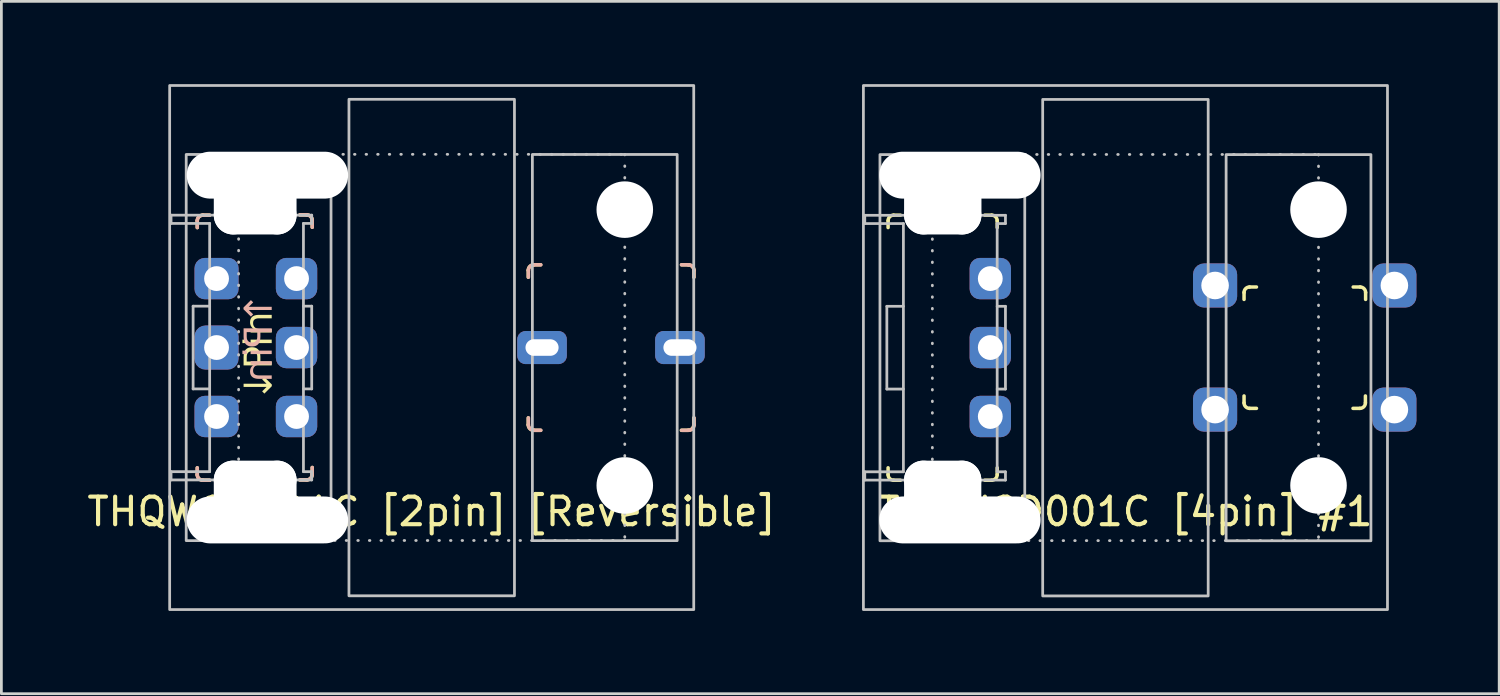
<source format=kicad_pcb>
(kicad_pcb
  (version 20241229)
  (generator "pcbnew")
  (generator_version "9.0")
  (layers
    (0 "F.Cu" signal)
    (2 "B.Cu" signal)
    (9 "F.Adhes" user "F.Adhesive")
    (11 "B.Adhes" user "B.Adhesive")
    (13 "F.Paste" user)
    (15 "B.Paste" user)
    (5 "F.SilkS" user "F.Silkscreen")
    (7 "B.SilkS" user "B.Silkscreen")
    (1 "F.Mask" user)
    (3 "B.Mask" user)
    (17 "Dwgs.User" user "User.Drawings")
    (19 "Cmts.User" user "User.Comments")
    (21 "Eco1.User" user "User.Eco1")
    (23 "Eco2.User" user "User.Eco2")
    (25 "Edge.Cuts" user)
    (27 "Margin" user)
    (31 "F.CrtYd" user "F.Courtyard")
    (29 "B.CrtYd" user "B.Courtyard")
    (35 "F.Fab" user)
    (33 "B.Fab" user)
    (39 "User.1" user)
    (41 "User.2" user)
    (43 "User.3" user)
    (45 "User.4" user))
  (footprint "THQWGD001C [4pin] #1"
    (layer "F.Cu")
    (at 37.752 9.55)
    (property "Reference" "THQWGD001C [4pin] #1" (at 0 5.95 0) (unlocked yes) (layer "F.SilkS") (effects (font (size 1 1) (thickness 0.15))))
    (attr through_hole)
    (fp_line (start -8.605 -4.6) (end -8.605 -4.35) (stroke (width 0.127) (type solid)) (layer "F.SilkS"))
    (fp_line (start -8.605 4.61) (end -8.605 4.36) (stroke (width 0.127) (type solid)) (layer "F.SilkS"))
    (fp_line (start -8.405 -4.8) (end -8.155 -4.8) (stroke (width 0.127) (type solid)) (layer "F.SilkS"))
    (fp_line (start -8.405 4.81) (end -8.155 4.81) (stroke (width 0.127) (type solid)) (layer "F.SilkS"))
    (fp_line (start -4.85 -4.8) (end -5.1 -4.8) (stroke (width 0.127) (type solid)) (layer "F.SilkS"))
    (fp_line (start -4.85 4.81) (end -5.1 4.81) (stroke (width 0.127) (type solid)) (layer "F.SilkS"))
    (fp_line (start -4.65 -4.6) (end -4.65 -4.35) (stroke (width 0.127) (type solid)) (layer "F.SilkS"))
    (fp_line (start -4.65 4.61) (end -4.65 4.36) (stroke (width 0.127) (type solid)) (layer "F.SilkS"))
    (fp_line (start 4.3 -1.995) (end 4.3 -1.745) (stroke (width 0.127) (type solid)) (layer "F.SilkS"))
    (fp_line (start 4.3 2.005) (end 4.3 1.755) (stroke (width 0.127) (type solid)) (layer "F.SilkS"))
    (fp_line (start 4.5 -2.195) (end 4.75 -2.195) (stroke (width 0.127) (type solid)) (layer "F.SilkS"))
    (fp_line (start 4.5 2.205) (end 4.75 2.205) (stroke (width 0.127) (type solid)) (layer "F.SilkS"))
    (fp_line (start 8.5 2.205) (end 8.25 2.205) (stroke (width 0.127) (type solid)) (layer "F.SilkS"))
    (fp_line (start 8.507 -2.195) (end 8.257 -2.195) (stroke (width 0.127) (type solid)) (layer "F.SilkS"))
    (fp_line (start 8.7 2.005) (end 8.7 1.755) (stroke (width 0.127) (type solid)) (layer "F.SilkS"))
    (fp_line (start 8.707 -1.995) (end 8.707 -1.745) (stroke (width 0.127) (type solid)) (layer "F.SilkS"))
    (fp_arc (start -8.605 -4.6) (mid -8.546421 -4.741421) (end -8.405 -4.8) (stroke (width 0.127) (type default)) (layer "F.SilkS"))
    (fp_arc (start -8.405 4.81) (mid -8.54642 4.75142) (end -8.605 4.61) (stroke (width 0.127) (type default)) (layer "F.SilkS"))
    (fp_arc (start -4.85 -4.8) (mid -4.70858 -4.74142) (end -4.65 -4.6) (stroke (width 0.127) (type default)) (layer "F.SilkS"))
    (fp_arc (start -4.65 4.61) (mid -4.708579 4.751421) (end -4.85 4.81) (stroke (width 0.127) (type default)) (layer "F.SilkS"))
    (fp_arc (start 4.3 -1.995) (mid 4.358579 -2.136421) (end 4.5 -2.195) (stroke (width 0.127) (type default)) (layer "F.SilkS"))
    (fp_arc (start 4.500001 2.204999) (mid 4.358579 2.146421) (end 4.300001 2.004999) (stroke (width 0.127) (type default)) (layer "F.SilkS"))
    (fp_arc (start 8.506904 -2.195) (mid 8.648323 -2.13642) (end 8.706904 -1.995) (stroke (width 0.127) (type default)) (layer "F.SilkS"))
    (fp_arc (start 8.7 2.005) (mid 8.641421 2.146421) (end 8.5 2.205) (stroke (width 0.127) (type default)) (layer "F.SilkS"))
    (fp_line (start -9.45 -4.495) (end -9.45 -4.795) (stroke (width 0.1) (type default)) (layer "Dwgs.User"))
    (fp_line (start -9.45 -4.495) (end -8.05 -4.495) (stroke (width 0.1) (type default)) (layer "Dwgs.User"))
    (fp_line (start -9.45 4.505) (end -8.05 4.505) (stroke (width 0.1) (type default)) (layer "Dwgs.User"))
    (fp_line (start -9.45 4.805) (end -9.45 4.505) (stroke (width 0.1) (type default)) (layer "Dwgs.User"))
    (fp_line (start -9.45 4.805) (end -4.35 4.805) (stroke (width 0.1) (type default)) (layer "Dwgs.User"))
    (fp_line (start -8.65 1.505) (end -8.65 -1.495) (stroke (width 0.1) (type default)) (layer "Dwgs.User"))
    (fp_line (start -8.05 -1.495) (end -8.65 -1.495) (stroke (width 0.1) (type default)) (layer "Dwgs.User"))
    (fp_line (start -8.05 1.505) (end -8.65 1.505) (stroke (width 0.1) (type default)) (layer "Dwgs.User"))
    (fp_line (start -8.05 4.505) (end -8.05 -4.495) (stroke (width 0.1) (type default)) (layer "Dwgs.User"))
    (fp_line (start -4.65 -1.495) (end -4.35 -1.495) (stroke (width 0.1) (type default)) (layer "Dwgs.User"))
    (fp_line (start -4.65 4.505) (end -4.65 -4.495) (stroke (width 0.1) (type default)) (layer "Dwgs.User"))
    (fp_line (start -4.35 -4.795) (end -9.45 -4.795) (stroke (width 0.1) (type default)) (layer "Dwgs.User"))
    (fp_line (start -4.35 -4.495) (end -4.65 -4.495) (stroke (width 0.1) (type default)) (layer "Dwgs.User"))
    (fp_line (start -4.35 -4.495) (end -4.35 -4.795) (stroke (width 0.1) (type default)) (layer "Dwgs.User"))
    (fp_line (start -4.35 1.505) (end -4.65 1.505) (stroke (width 0.1) (type default)) (layer "Dwgs.User"))
    (fp_line (start -4.35 1.505) (end -4.35 -1.495) (stroke (width 0.1) (type default)) (layer "Dwgs.User"))
    (fp_line (start -4.35 4.505) (end -4.65 4.505) (stroke (width 0.1) (type default)) (layer "Dwgs.User"))
    (fp_line (start -4.35 4.805) (end -4.35 4.505) (stroke (width 0.1) (type default)) (layer "Dwgs.User"))
    (fp_rect (start -9.5 -9.5) (end 9.5 9.5) (stroke (width 0.1) (type default)) (fill no) (layer "Dwgs.User"))
    (fp_rect (start -8.9 -6.995) (end -3.65 7.005) (stroke (width 0.1) (type default)) (fill no) (layer "Dwgs.User"))
    (fp_rect (start -7 -7) (end 7 7) (stroke (width 0.1) (type dot)) (fill no) (layer "Dwgs.User"))
    (fp_rect (start -3 -8.995) (end 3 9.005) (stroke (width 0.1) (type default)) (fill no) (layer "Dwgs.User"))
    (fp_rect (start 3.65 -6.995) (end 8.9 7.005) (stroke (width 0.1) (type default)) (fill no) (layer "Dwgs.User"))
    (pad "" np_thru_hole oval (at -7.325 -5.1 270) (size 2 1.4) (drill oval 2 1.4) (layers "*.Cu" "*.Mask"))
    (pad "" np_thru_hole oval (at -7.325 5.1 270) (size 2 1.4) (drill oval 2 1.4) (layers "*.Cu" "*.Mask"))
    (pad "" np_thru_hole oval (at -6.625 -4.8 180) (size 2.8 1.4) (drill oval 2.8 1.4) (layers "*.Cu" "*.Mask"))
    (pad "" np_thru_hole oval (at -6.625 4.8) (size 2.8 1.4) (drill oval 2.8 1.4) (layers "*.Cu" "*.Mask"))
    (pad "" np_thru_hole oval (at -6 -6.25 270) (size 1.7 5.85) (drill oval 1.7 5.85) (layers "*.Cu" "*.Mask"))
    (pad "" np_thru_hole oval (at -6 6.25 270) (size 1.7 5.85) (drill oval 1.7 5.85) (layers "*.Cu" "*.Mask"))
    (pad "" np_thru_hole oval (at -5.925 5.1 270) (size 2 1.4) (drill oval 2 1.4) (layers "*.Cu" "*.Mask"))
    (pad "" np_thru_hole oval (at -5.92 -5.1 270) (size 2 1.4) (drill oval 2 1.4) (layers "*.Cu" "*.Mask"))
    (pad "" np_thru_hole circle (at 7 -5) (size 2.05 2.05) (drill 2.05) (layers "*.Cu" "*.Mask"))
    (pad "" np_thru_hole circle (at 7 5) (size 2.05 2.05) (drill 2.05) (layers "*.Cu" "*.Mask"))
    (pad "1" thru_hole roundrect (at 3.25 -2.25) (size 1.6 1.6) (drill 1) (layers "*.Cu" "B.Mask") (roundrect_rratio 0.25))
    (pad "1" thru_hole roundrect (at 9.75 -2.25) (size 1.6 1.6) (drill 1) (layers "*.Cu" "B.Mask") (roundrect_rratio 0.25))
    (pad "2" thru_hole roundrect (at 3.25 2.25) (size 1.6 1.6) (drill 1) (layers "*.Cu" "B.Mask") (roundrect_rratio 0.25))
    (pad "2" thru_hole roundrect (at 9.75 2.25) (size 1.6 1.6) (drill 1) (layers "*.Cu" "B.Mask") (roundrect_rratio 0.25))
    (pad "A" thru_hole roundrect (at -4.9 2.5 90) (size 1.5 1.5) (drill 0.9) (layers "*.Cu" "B.Mask") (roundrect_rratio 0.25))
    (pad "B" thru_hole roundrect (at -4.9 0 90) (size 1.5 1.5) (drill 0.9) (layers "*.Cu" "B.Mask") (roundrect_rratio 0.25))
    (pad "C" thru_hole roundrect (at -4.9 -2.5 90) (size 1.5 1.5) (drill 0.9) (layers "*.Cu" "B.Mask") (roundrect_rratio 0.25)))
  (footprint "THQWGD001C [2pin] [Reversible]"
    (layer "F.Cu")
    (at 12.601 9.55)
    (property "Reference" "THQWGD001C [2pin] [Reversible]" (at 0 5.95 0) (unlocked yes) (layer "F.SilkS") (effects (font (size 1 1) (thickness 0.15))))
    (attr through_hole)
    (fp_line (start -8.499 -4.599) (end -8.499 -4.349) (stroke (width 0.127) (type solid)) (layer "F.SilkS"))
    (fp_line (start -8.499 4.611) (end -8.499 4.361) (stroke (width 0.127) (type solid)) (layer "F.SilkS"))
    (fp_line (start -8.299 -4.799) (end -8.049 -4.799) (stroke (width 0.127) (type solid)) (layer "F.SilkS"))
    (fp_line (start -8.299 4.811) (end -8.049 4.811) (stroke (width 0.127) (type solid)) (layer "F.SilkS"))
    (fp_line (start -4.531 -4.811) (end -4.781 -4.811) (stroke (width 0.127) (type solid)) (layer "F.SilkS"))
    (fp_line (start -4.531 4.799) (end -4.781 4.799) (stroke (width 0.127) (type solid)) (layer "F.SilkS"))
    (fp_line (start -4.331 -4.611) (end -4.331 -4.361) (stroke (width 0.127) (type solid)) (layer "F.SilkS"))
    (fp_line (start -4.331 4.599) (end -4.331 4.349) (stroke (width 0.127) (type solid)) (layer "F.SilkS"))
    (fp_line (start 3.5 -2.8) (end 3.5 -2.55) (stroke (width 0.127) (type solid)) (layer "F.SilkS"))
    (fp_line (start 3.5 2.8) (end 3.5 2.55) (stroke (width 0.127) (type solid)) (layer "F.SilkS"))
    (fp_line (start 3.7 -3) (end 3.95 -3) (stroke (width 0.127) (type solid)) (layer "F.SilkS"))
    (fp_line (start 3.7 3) (end 3.95 3) (stroke (width 0.127) (type solid)) (layer "F.SilkS"))
    (fp_line (start 9.3 3) (end 9.05 3) (stroke (width 0.127) (type solid)) (layer "F.SilkS"))
    (fp_line (start 9.307 -3) (end 9.057 -3) (stroke (width 0.127) (type solid)) (layer "F.SilkS"))
    (fp_line (start 9.5 2.8) (end 9.5 2.55) (stroke (width 0.127) (type solid)) (layer "F.SilkS"))
    (fp_line (start 9.507 -2.8) (end 9.507 -2.55) (stroke (width 0.127) (type solid)) (layer "F.SilkS"))
    (fp_arc (start -8.498579 -4.598579) (mid -8.44 -4.74) (end -8.298579 -4.798579) (stroke (width 0.127) (type default)) (layer "F.SilkS"))
    (fp_arc (start -8.298579 4.811421) (mid -8.439999 4.752841) (end -8.498579 4.611421) (stroke (width 0.127) (type default)) (layer "F.SilkS"))
    (fp_arc (start -4.531421 -4.811421) (mid -4.390001 -4.752841) (end -4.331421 -4.611421) (stroke (width 0.127) (type default)) (layer "F.SilkS"))
    (fp_arc (start -4.331421 4.598579) (mid -4.39 4.74) (end -4.531421 4.798579) (stroke (width 0.127) (type default)) (layer "F.SilkS"))
    (fp_arc (start 3.5 -2.8) (mid 3.558579 -2.941421) (end 3.7 -3) (stroke (width 0.127) (type default)) (layer "F.SilkS"))
    (fp_arc (start 3.700001 2.999999) (mid 3.558579 2.941421) (end 3.500001 2.799999) (stroke (width 0.127) (type default)) (layer "F.SilkS"))
    (fp_arc (start 9.306904 -3) (mid 9.448323 -2.94142) (end 9.506904 -2.8) (stroke (width 0.127) (type default)) (layer "F.SilkS"))
    (fp_arc (start 9.5 2.8) (mid 9.441421 2.941421) (end 9.3 3) (stroke (width 0.127) (type default)) (layer "F.SilkS"))
    (fp_line (start -8.499 -4.349) (end -8.499 -4.599) (stroke (width 0.127) (type solid)) (layer "B.SilkS"))
    (fp_line (start -8.499 4.361) (end -8.499 4.611) (stroke (width 0.127) (type solid)) (layer "B.SilkS"))
    (fp_line (start -8.049 -4.799) (end -8.299 -4.799) (stroke (width 0.127) (type solid)) (layer "B.SilkS"))
    (fp_line (start -8.049 4.811) (end -8.299 4.811) (stroke (width 0.127) (type solid)) (layer "B.SilkS"))
    (fp_line (start -4.781 -4.811) (end -4.531 -4.811) (stroke (width 0.127) (type solid)) (layer "B.SilkS"))
    (fp_line (start -4.781 4.799) (end -4.531 4.799) (stroke (width 0.127) (type solid)) (layer "B.SilkS"))
    (fp_line (start -4.331 -4.361) (end -4.331 -4.611) (stroke (width 0.127) (type solid)) (layer "B.SilkS"))
    (fp_line (start -4.331 4.349) (end -4.331 4.599) (stroke (width 0.127) (type solid)) (layer "B.SilkS"))
    (fp_line (start 3.507 -2.55) (end 3.507 -2.8) (stroke (width 0.127) (type solid)) (layer "B.SilkS"))
    (fp_line (start 3.507 2.55) (end 3.507 2.8) (stroke (width 0.127) (type solid)) (layer "B.SilkS"))
    (fp_line (start 3.957 -3) (end 3.707 -3) (stroke (width 0.127) (type solid)) (layer "B.SilkS"))
    (fp_line (start 3.957 3) (end 3.707 3) (stroke (width 0.127) (type solid)) (layer "B.SilkS"))
    (fp_line (start 9.057 -3) (end 9.307 -3) (stroke (width 0.127) (type solid)) (layer "B.SilkS"))
    (fp_line (start 9.064 3) (end 9.314 3) (stroke (width 0.127) (type solid)) (layer "B.SilkS"))
    (fp_line (start 9.507 -2.55) (end 9.507 -2.8) (stroke (width 0.127) (type solid)) (layer "B.SilkS"))
    (fp_line (start 9.514 2.55) (end 9.514 2.8) (stroke (width 0.127) (type solid)) (layer "B.SilkS"))
    (fp_arc (start -8.498578 -4.59858) (mid -8.439998 -4.74) (end -8.298578 -4.79858) (stroke (width 0.127) (type default)) (layer "B.SilkS"))
    (fp_arc (start -8.298578 4.81142) (mid -8.439999 4.752841) (end -8.498578 4.61142) (stroke (width 0.127) (type default)) (layer "B.SilkS"))
    (fp_arc (start -4.531422 -4.81142) (mid -4.390001 -4.752841) (end -4.331422 -4.61142) (stroke (width 0.127) (type default)) (layer "B.SilkS"))
    (fp_arc (start -4.331422 4.59858) (mid -4.390002 4.74) (end -4.531422 4.79858) (stroke (width 0.127) (type default)) (layer "B.SilkS"))
    (fp_arc (start 3.506899 -2.799993) (mid 3.565475 -2.941419) (end 3.706899 -2.999993) (stroke (width 0.127) (type default)) (layer "B.SilkS"))
    (fp_arc (start 3.706898 3.000006) (mid 3.565476 2.941427) (end 3.506898 2.800006) (stroke (width 0.127) (type default)) (layer "B.SilkS"))
    (fp_arc (start 9.306898 -2.999994) (mid 9.448319 -2.941416) (end 9.506898 -2.799994) (stroke (width 0.127) (type default)) (layer "B.SilkS"))
    (fp_arc (start 9.513802 2.800006) (mid 9.455221 2.941424) (end 9.313802 3.000006) (stroke (width 0.127) (type default)) (layer "B.SilkS"))
    (fp_line (start -9.45 -4.5) (end -9.45 -4.8) (stroke (width 0.1) (type default)) (layer "Dwgs.User"))
    (fp_line (start -9.45 -4.5) (end -8.05 -4.5) (stroke (width 0.1) (type default)) (layer "Dwgs.User"))
    (fp_line (start -9.45 4.5) (end -8.05 4.5) (stroke (width 0.1) (type default)) (layer "Dwgs.User"))
    (fp_line (start -9.45 4.8) (end -9.45 4.5) (stroke (width 0.1) (type default)) (layer "Dwgs.User"))
    (fp_line (start -9.45 4.8) (end -4.35 4.8) (stroke (width 0.1) (type default)) (layer "Dwgs.User"))
    (fp_line (start -8.65 1.5) (end -8.65 -1.5) (stroke (width 0.1) (type default)) (layer "Dwgs.User"))
    (fp_line (start -8.05 -1.5) (end -8.65 -1.5) (stroke (width 0.1) (type default)) (layer "Dwgs.User"))
    (fp_line (start -8.05 1.5) (end -8.65 1.5) (stroke (width 0.1) (type default)) (layer "Dwgs.User"))
    (fp_line (start -8.05 4.5) (end -8.05 -4.5) (stroke (width 0.1) (type default)) (layer "Dwgs.User"))
    (fp_line (start -6.8 -5) (end -7.1 -5) (stroke (width 0.1) (type default)) (layer "Dwgs.User"))
    (fp_line (start -6.8 -5) (end -7.1 -5) (stroke (width 0.1) (type default)) (layer "Dwgs.User"))
    (fp_line (start -6.8 -4.7) (end -6.8 -5) (stroke (width 0.1) (type default)) (layer "Dwgs.User"))
    (fp_line (start -6.8 -4.7) (end -6.8 -5) (stroke (width 0.1) (type default)) (layer "Dwgs.User"))
    (fp_line (start -4.65 -1.5) (end -4.35 -1.5) (stroke (width 0.1) (type default)) (layer "Dwgs.User"))
    (fp_line (start -4.65 4.5) (end -4.65 -4.5) (stroke (width 0.1) (type default)) (layer "Dwgs.User"))
    (fp_line (start -4.35 -4.8) (end -9.45 -4.8) (stroke (width 0.1) (type default)) (layer "Dwgs.User"))
    (fp_line (start -4.35 -4.5) (end -4.65 -4.5) (stroke (width 0.1) (type default)) (layer "Dwgs.User"))
    (fp_line (start -4.35 -4.5) (end -4.35 -4.8) (stroke (width 0.1) (type default)) (layer "Dwgs.User"))
    (fp_line (start -4.35 1.5) (end -4.65 1.5) (stroke (width 0.1) (type default)) (layer "Dwgs.User"))
    (fp_line (start -4.35 1.5) (end -4.35 -1.5) (stroke (width 0.1) (type default)) (layer "Dwgs.User"))
    (fp_line (start -4.35 4.5) (end -4.65 4.5) (stroke (width 0.1) (type default)) (layer "Dwgs.User"))
    (fp_line (start -4.35 4.8) (end -4.35 4.5) (stroke (width 0.1) (type default)) (layer "Dwgs.User"))
    (fp_rect (start -9.5 -9.5) (end 9.5 9.5) (stroke (width 0.1) (type default)) (fill no) (layer "Dwgs.User"))
    (fp_rect (start -8.9 -7) (end -3.65 7) (stroke (width 0.1) (type default)) (fill no) (layer "Dwgs.User"))
    (fp_rect (start -7 -7.005) (end 7 6.995) (stroke (width 0.1) (type dot)) (fill no) (layer "Dwgs.User"))
    (fp_rect (start -3 -9) (end 3 9) (stroke (width 0.1) (type default)) (fill no) (layer "Dwgs.User"))
    (fp_rect (start 3.65 -7) (end 8.9 7) (stroke (width 0.1) (type default)) (fill no) (layer "Dwgs.User"))
    (fp_text user "↓Pin" (at -5.63 1.956 90) (unlocked yes) (layer "F.SilkS") (effects (font (face "ほにゃ字Re") (size 1 1) (thickness 0.1)) (justify left bottom)))
    (fp_text user "↑Pin" (at -5.63 -2.006 90) (unlocked yes) (layer "B.SilkS") (effects (font (face "ほにゃ字Re") (size 1 1) (thickness 0.1)) (justify left bottom mirror)))
    (pad "" np_thru_hole oval (at -7.2 -5.1 270) (size 2 1.4) (drill oval 2 1.4) (layers "*.Cu" "*.Mask"))
    (pad "" np_thru_hole oval (at -7.2 5.1 270) (size 2 1.4) (drill oval 2 1.4) (layers "*.Cu" "*.Mask"))
    (pad "" np_thru_hole oval (at -6.4 -4.8 180) (size 3 1.4) (drill oval 3 1.4) (layers "*.Cu" "*.Mask"))
    (pad "" np_thru_hole oval (at -6.4 4.8) (size 3 1.4) (drill oval 3 1.4) (layers "*.Cu" "*.Mask"))
    (pad "" np_thru_hole oval (at -5.955 -6.25 270) (size 1.7 5.85) (drill oval 1.7 5.85) (layers "*.Cu" "*.Mask"))
    (pad "" np_thru_hole oval (at -5.955 6.25 270) (size 1.7 5.85) (drill oval 1.7 5.85) (layers "*.Cu" "*.Mask"))
    (pad "" np_thru_hole oval (at -5.6 -5.1 270) (size 2 1.4) (drill oval 2 1.4) (layers "*.Cu" "*.Mask"))
    (pad "" np_thru_hole oval (at -5.6 5.1 270) (size 2 1.4) (drill oval 2 1.4) (layers "*.Cu" "*.Mask"))
    (pad "" np_thru_hole circle (at 7 -5) (size 2.05 2.05) (drill 2.05) (layers "*.Cu" "*.Mask"))
    (pad "" np_thru_hole circle (at 7 5) (size 2.05 2.05) (drill 2.05) (layers "*.Cu" "*.Mask"))
    (pad "1" thru_hole roundrect (at 4 0) (size 1.8 1.2) (drill oval 1.2 0.6) (layers "*.Cu" "*.Mask") (roundrect_rratio 0.25))
    (pad "2" thru_hole roundrect (at 9 0) (size 1.8 1.2) (drill oval 1.2 0.6) (layers "*.Cu" "*.Mask") (roundrect_rratio 0.25))
    (pad "A" thru_hole roundrect (at -7.8 2.5 90) (size 1.5 1.6) (drill 0.9) (layers "*.Cu" "F.Mask") (roundrect_rratio 0.25))
    (pad "A" thru_hole roundrect (at -4.9 2.5 90) (size 1.5 1.5) (drill 0.9) (layers "*.Cu" "B.Mask") (roundrect_rratio 0.25))
    (pad "B" thru_hole roundrect (at -7.8 0 90) (size 1.6 1.6) (drill 0.9) (layers "*.Cu" "F.Mask") (roundrect_rratio 0.25))
    (pad "B" thru_hole roundrect (at -4.9 0 90) (size 1.5 1.5) (drill 0.9) (layers "*.Cu" "B.Mask") (roundrect_rratio 0.25))
    (pad "C" thru_hole roundrect (at -7.8 -2.5 90) (size 1.5 1.6) (drill 0.9) (layers "*.Cu" "F.Mask") (roundrect_rratio 0.25))
    (pad "C" thru_hole roundrect (at -4.9 -2.5 90) (size 1.5 1.5) (drill 0.9) (layers "*.Cu" "B.Mask") (roundrect_rratio 0.25)))
  (gr_rect
    (start -3 -3)
    (end 51.302 22.1)
    (stroke (width 0.1) (type default))
    (fill no)
    (layer "Edge.Cuts")))
</source>
